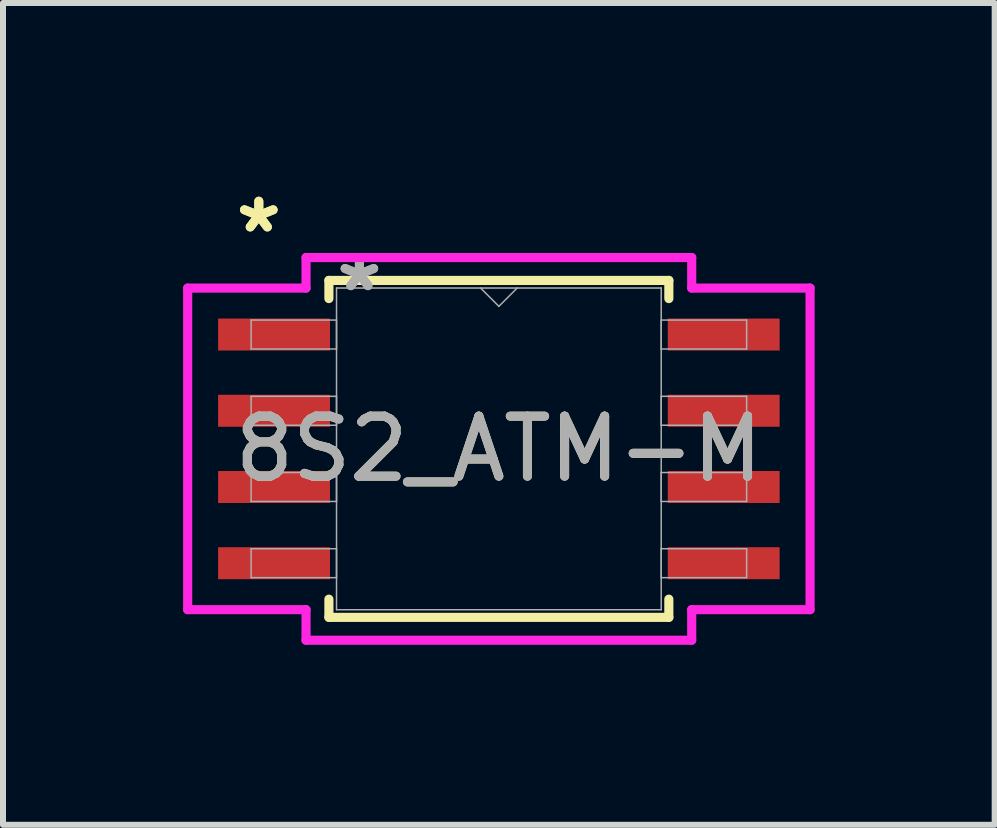
<source format=kicad_pcb>
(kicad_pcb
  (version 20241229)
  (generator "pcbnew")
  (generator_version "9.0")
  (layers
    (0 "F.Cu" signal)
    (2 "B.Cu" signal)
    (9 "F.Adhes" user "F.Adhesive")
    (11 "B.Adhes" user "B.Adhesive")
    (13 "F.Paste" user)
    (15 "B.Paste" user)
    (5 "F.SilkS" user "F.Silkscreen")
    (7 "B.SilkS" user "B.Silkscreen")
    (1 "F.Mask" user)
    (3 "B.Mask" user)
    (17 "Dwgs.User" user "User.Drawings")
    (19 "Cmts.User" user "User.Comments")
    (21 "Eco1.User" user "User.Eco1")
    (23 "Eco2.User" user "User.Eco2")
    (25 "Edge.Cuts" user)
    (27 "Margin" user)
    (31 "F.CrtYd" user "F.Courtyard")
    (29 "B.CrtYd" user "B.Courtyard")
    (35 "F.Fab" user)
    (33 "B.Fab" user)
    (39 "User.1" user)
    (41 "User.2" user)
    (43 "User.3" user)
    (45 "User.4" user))
  (footprint "8S2_ATM-M"
    (layer "F.Cu")
    (at 5.262 4.429)
    (property "Reference" "8S2_ATM-M" (at 0 0 0) (unlocked yes) (layer "F.SilkS") (effects (font (size 1 1) (thickness 0.15))))
    (attr smd)
    (fp_line (start -2.832 -2.807) (end -2.832 -2.504) (stroke (width 0.152) (type solid)) (layer "F.SilkS"))
    (fp_line (start -2.832 2.504) (end -2.832 2.807) (stroke (width 0.152) (type solid)) (layer "F.SilkS"))
    (fp_line (start -2.832 2.807) (end 2.832 2.807) (stroke (width 0.152) (type solid)) (layer "F.SilkS"))
    (fp_line (start 2.832 -2.807) (end -2.832 -2.807) (stroke (width 0.152) (type solid)) (layer "F.SilkS"))
    (fp_line (start 2.832 -2.504) (end 2.832 -2.807) (stroke (width 0.152) (type solid)) (layer "F.SilkS"))
    (fp_line (start 2.832 2.807) (end 2.832 2.504) (stroke (width 0.152) (type solid)) (layer "F.SilkS"))
    (fp_line (start -5.185 -2.679) (end -3.213 -2.679) (stroke (width 0.152) (type solid)) (layer "F.CrtYd"))
    (fp_line (start -5.185 2.679) (end -5.185 -2.679) (stroke (width 0.152) (type solid)) (layer "F.CrtYd"))
    (fp_line (start -5.185 2.679) (end -3.213 2.679) (stroke (width 0.152) (type solid)) (layer "F.CrtYd"))
    (fp_line (start -3.213 -3.188) (end 3.213 -3.188) (stroke (width 0.152) (type solid)) (layer "F.CrtYd"))
    (fp_line (start -3.213 -2.679) (end -3.213 -3.188) (stroke (width 0.152) (type solid)) (layer "F.CrtYd"))
    (fp_line (start -3.213 3.188) (end -3.213 2.679) (stroke (width 0.152) (type solid)) (layer "F.CrtYd"))
    (fp_line (start 3.213 -3.188) (end 3.213 -2.679) (stroke (width 0.152) (type solid)) (layer "F.CrtYd"))
    (fp_line (start 3.213 2.679) (end 3.213 3.188) (stroke (width 0.152) (type solid)) (layer "F.CrtYd"))
    (fp_line (start 3.213 3.188) (end -3.213 3.188) (stroke (width 0.152) (type solid)) (layer "F.CrtYd"))
    (fp_line (start 5.185 -2.679) (end 3.213 -2.679) (stroke (width 0.152) (type solid)) (layer "F.CrtYd"))
    (fp_line (start 5.185 -2.679) (end 5.185 2.679) (stroke (width 0.152) (type solid)) (layer "F.CrtYd"))
    (fp_line (start 5.185 2.679) (end 3.213 2.679) (stroke (width 0.152) (type solid)) (layer "F.CrtYd"))
    (fp_line (start -4.128 -2.146) (end -4.128 -1.664) (stroke (width 0.025) (type solid)) (layer "F.Fab"))
    (fp_line (start -4.128 -1.664) (end -2.705 -1.664) (stroke (width 0.025) (type solid)) (layer "F.Fab"))
    (fp_line (start -4.128 -0.876) (end -4.128 -0.394) (stroke (width 0.025) (type solid)) (layer "F.Fab"))
    (fp_line (start -4.128 -0.394) (end -2.705 -0.394) (stroke (width 0.025) (type solid)) (layer "F.Fab"))
    (fp_line (start -4.128 0.394) (end -4.128 0.876) (stroke (width 0.025) (type solid)) (layer "F.Fab"))
    (fp_line (start -4.128 0.876) (end -2.705 0.876) (stroke (width 0.025) (type solid)) (layer "F.Fab"))
    (fp_line (start -4.128 1.664) (end -4.128 2.146) (stroke (width 0.025) (type solid)) (layer "F.Fab"))
    (fp_line (start -4.128 2.146) (end -2.705 2.146) (stroke (width 0.025) (type solid)) (layer "F.Fab"))
    (fp_line (start -2.705 -2.68) (end -2.705 2.68) (stroke (width 0.025) (type solid)) (layer "F.Fab"))
    (fp_line (start -2.705 -2.146) (end -4.128 -2.146) (stroke (width 0.025) (type solid)) (layer "F.Fab"))
    (fp_line (start -2.705 -1.664) (end -2.705 -2.146) (stroke (width 0.025) (type solid)) (layer "F.Fab"))
    (fp_line (start -2.705 -0.876) (end -4.128 -0.876) (stroke (width 0.025) (type solid)) (layer "F.Fab"))
    (fp_line (start -2.705 -0.394) (end -2.705 -0.876) (stroke (width 0.025) (type solid)) (layer "F.Fab"))
    (fp_line (start -2.705 0.394) (end -4.128 0.394) (stroke (width 0.025) (type solid)) (layer "F.Fab"))
    (fp_line (start -2.705 0.876) (end -2.705 0.394) (stroke (width 0.025) (type solid)) (layer "F.Fab"))
    (fp_line (start -2.705 1.664) (end -4.128 1.664) (stroke (width 0.025) (type solid)) (layer "F.Fab"))
    (fp_line (start -2.705 2.146) (end -2.705 1.664) (stroke (width 0.025) (type solid)) (layer "F.Fab"))
    (fp_line (start -2.705 2.68) (end 2.705 2.68) (stroke (width 0.025) (type solid)) (layer "F.Fab"))
    (fp_line (start -0.305 -2.68) (end 0 -2.375) (stroke (width 0.025) (type solid)) (layer "F.Fab"))
    (fp_line (start 0 -2.375) (end 0.305 -2.68) (stroke (width 0.025) (type solid)) (layer "F.Fab"))
    (fp_line (start 2.705 -2.68) (end -2.705 -2.68) (stroke (width 0.025) (type solid)) (layer "F.Fab"))
    (fp_line (start 2.705 -2.146) (end 2.705 -1.664) (stroke (width 0.025) (type solid)) (layer "F.Fab"))
    (fp_line (start 2.705 -1.664) (end 4.128 -1.664) (stroke (width 0.025) (type solid)) (layer "F.Fab"))
    (fp_line (start 2.705 -0.876) (end 2.705 -0.394) (stroke (width 0.025) (type solid)) (layer "F.Fab"))
    (fp_line (start 2.705 -0.394) (end 4.128 -0.394) (stroke (width 0.025) (type solid)) (layer "F.Fab"))
    (fp_line (start 2.705 0.394) (end 2.705 0.876) (stroke (width 0.025) (type solid)) (layer "F.Fab"))
    (fp_line (start 2.705 0.876) (end 4.128 0.876) (stroke (width 0.025) (type solid)) (layer "F.Fab"))
    (fp_line (start 2.705 1.664) (end 2.705 2.146) (stroke (width 0.025) (type solid)) (layer "F.Fab"))
    (fp_line (start 2.705 2.146) (end 4.128 2.146) (stroke (width 0.025) (type solid)) (layer "F.Fab"))
    (fp_line (start 2.705 2.68) (end 2.705 -2.68) (stroke (width 0.025) (type solid)) (layer "F.Fab"))
    (fp_line (start 4.128 -2.146) (end 2.705 -2.146) (stroke (width 0.025) (type solid)) (layer "F.Fab"))
    (fp_line (start 4.128 -1.664) (end 4.128 -2.146) (stroke (width 0.025) (type solid)) (layer "F.Fab"))
    (fp_line (start 4.128 -0.876) (end 2.705 -0.876) (stroke (width 0.025) (type solid)) (layer "F.Fab"))
    (fp_line (start 4.128 -0.394) (end 4.128 -0.876) (stroke (width 0.025) (type solid)) (layer "F.Fab"))
    (fp_line (start 4.128 0.394) (end 2.705 0.394) (stroke (width 0.025) (type solid)) (layer "F.Fab"))
    (fp_line (start 4.128 0.876) (end 4.128 0.394) (stroke (width 0.025) (type solid)) (layer "F.Fab"))
    (fp_line (start 4.128 1.664) (end 2.705 1.664) (stroke (width 0.025) (type solid)) (layer "F.Fab"))
    (fp_line (start 4.128 2.146) (end 4.128 1.664) (stroke (width 0.025) (type solid)) (layer "F.Fab"))
    (fp_text user "*" (at -4 -3.581 0) (layer "F.SilkS") (effects (font (size 1 1) (thickness 0.15))))
    (fp_text user "*" (at -4 -3.581 0) (unlocked yes) (layer "F.SilkS") (effects (font (size 1 1) (thickness 0.15))))
    (fp_text user "*" (at -2.324 -2.603 0) (unlocked yes) (layer "F.Fab") (effects (font (size 1 1) (thickness 0.15))))
    (fp_text user "${REFERENCE}" (at 0 0 0) (unlocked yes) (layer "F.Fab") (effects (font (size 1 1) (thickness 0.15))))
    (fp_text user "*" (at -2.324 -2.603 0) (layer "F.Fab") (effects (font (size 1 1) (thickness 0.15))))
    (pad "1" smd rect (at -3.746 -1.905) (size 1.864 0.533) (layers "F.Cu" "F.Mask" "F.Paste"))
    (pad "2" smd rect (at -3.746 -0.635) (size 1.864 0.533) (layers "F.Cu" "F.Mask" "F.Paste"))
    (pad "3" smd rect (at -3.746 0.635) (size 1.864 0.533) (layers "F.Cu" "F.Mask" "F.Paste"))
    (pad "4" smd rect (at -3.746 1.905) (size 1.864 0.533) (layers "F.Cu" "F.Mask" "F.Paste"))
    (pad "5" smd rect (at 3.746 1.905) (size 1.864 0.533) (layers "F.Cu" "F.Mask" "F.Paste"))
    (pad "6" smd rect (at 3.746 0.635) (size 1.864 0.533) (layers "F.Cu" "F.Mask" "F.Paste"))
    (pad "7" smd rect (at 3.746 -0.635) (size 1.864 0.533) (layers "F.Cu" "F.Mask" "F.Paste"))
    (pad "8" smd rect (at 3.746 -1.905) (size 1.864 0.533) (layers "F.Cu" "F.Mask" "F.Paste")))
  (gr_rect
    (start -3 -3)
    (end 13.523 10.693)
    (stroke (width 0.1) (type default))
    (fill no)
    (layer "Edge.Cuts")))
</source>
